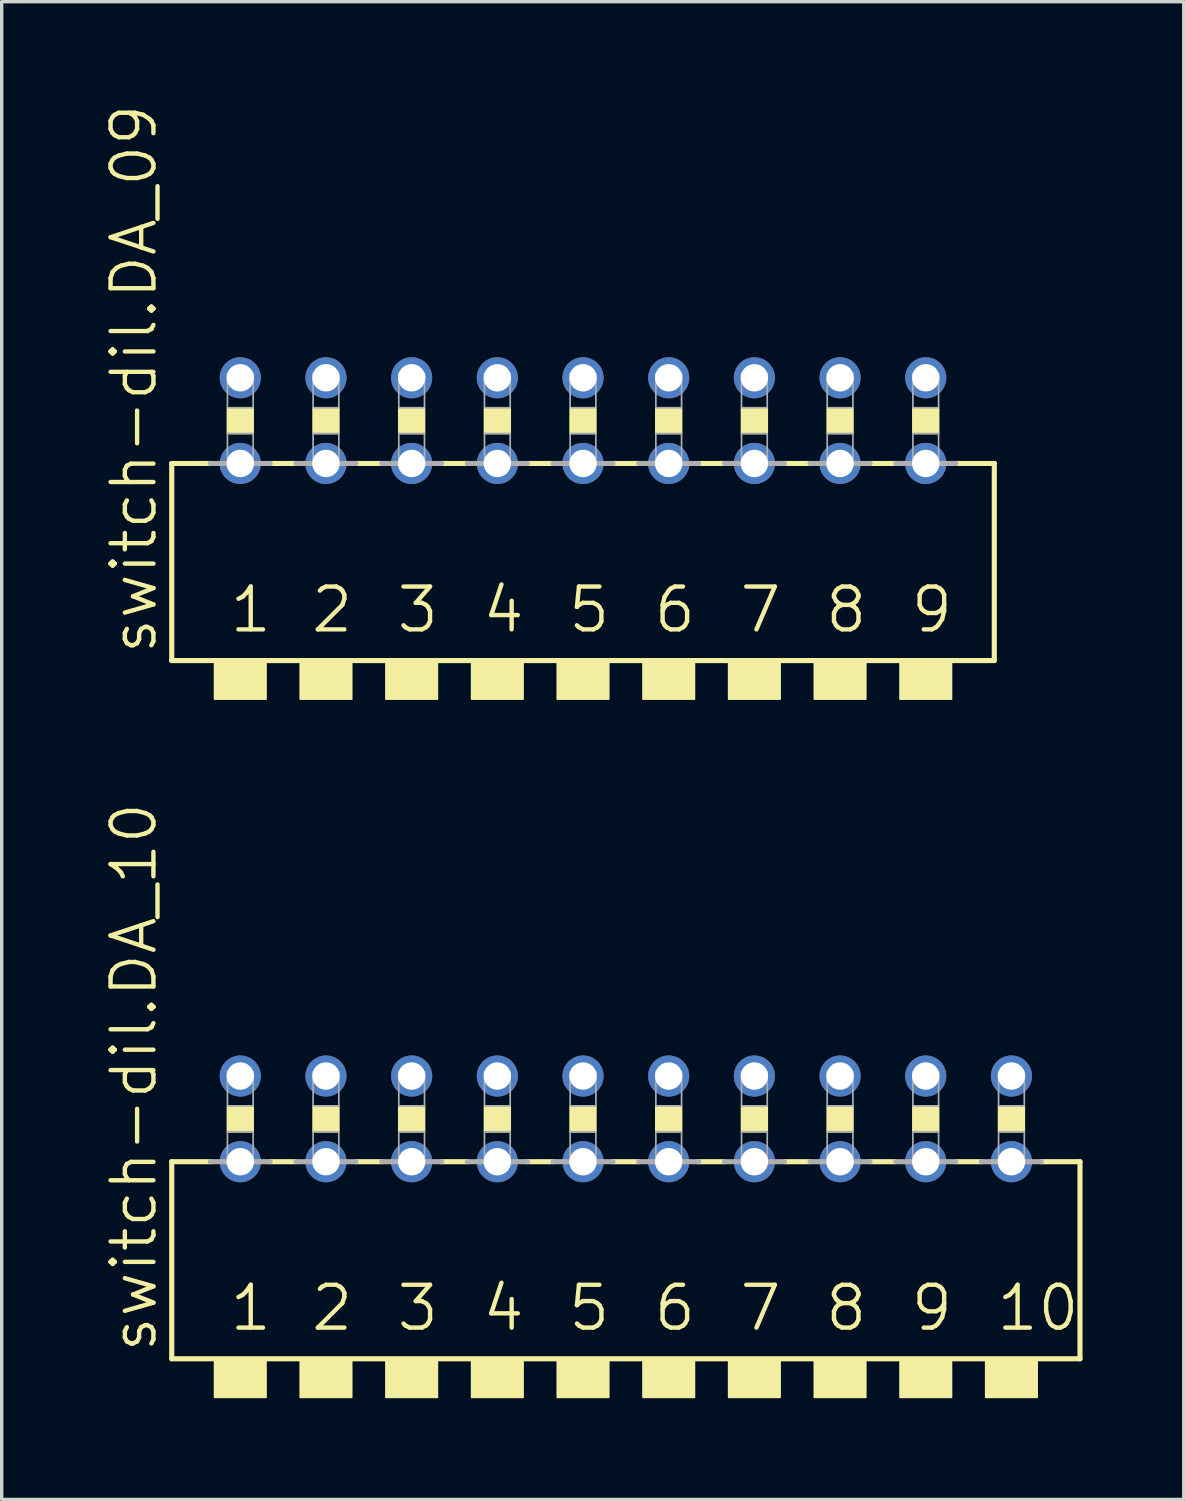
<source format=kicad_pcb>
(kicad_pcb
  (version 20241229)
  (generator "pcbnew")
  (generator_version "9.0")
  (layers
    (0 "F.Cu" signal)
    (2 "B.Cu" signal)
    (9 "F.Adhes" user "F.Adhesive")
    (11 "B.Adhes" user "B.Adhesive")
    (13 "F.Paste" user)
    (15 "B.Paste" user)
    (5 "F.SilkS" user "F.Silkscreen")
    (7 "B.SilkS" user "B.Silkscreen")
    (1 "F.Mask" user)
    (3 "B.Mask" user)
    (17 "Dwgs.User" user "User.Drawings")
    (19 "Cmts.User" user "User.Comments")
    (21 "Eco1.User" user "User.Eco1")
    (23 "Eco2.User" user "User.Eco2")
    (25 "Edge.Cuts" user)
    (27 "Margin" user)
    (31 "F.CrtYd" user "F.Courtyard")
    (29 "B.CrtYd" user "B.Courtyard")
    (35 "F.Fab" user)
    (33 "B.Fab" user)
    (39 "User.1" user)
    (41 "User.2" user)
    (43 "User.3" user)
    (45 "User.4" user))
  (footprint "switch-dil.DA_10"
    (layer "F.Cu")
    (at 15.503 30.118)
    (property "Reference" "switch-dil.DA_10" (at -13.843 6.985 90) (layer "F.SilkS") (effects (font (size 1.27 1.27) (thickness 0.13)) (justify left bottom)))
    (attr through_hole)
    (fp_line (start -13.462 1.27) (end -13.462 7.112) (stroke (width 0.152) (type default)) (layer "F.SilkS"))
    (fp_line (start -12.319 1.27) (end -13.462 1.27) (stroke (width 0.152) (type default)) (layer "F.SilkS"))
    (fp_line (start -9.779 1.27) (end -10.541 1.27) (stroke (width 0.152) (type default)) (layer "F.SilkS"))
    (fp_line (start -7.239 1.27) (end -8.001 1.27) (stroke (width 0.152) (type default)) (layer "F.SilkS"))
    (fp_line (start -4.699 1.27) (end -5.461 1.27) (stroke (width 0.152) (type default)) (layer "F.SilkS"))
    (fp_line (start -2.159 1.27) (end -2.921 1.27) (stroke (width 0.152) (type default)) (layer "F.SilkS"))
    (fp_line (start 0.381 1.27) (end -0.381 1.27) (stroke (width 0.152) (type default)) (layer "F.SilkS"))
    (fp_line (start 2.921 1.27) (end 2.159 1.27) (stroke (width 0.152) (type default)) (layer "F.SilkS"))
    (fp_line (start 5.461 1.27) (end 4.699 1.27) (stroke (width 0.152) (type default)) (layer "F.SilkS"))
    (fp_line (start 8.001 1.27) (end 7.239 1.27) (stroke (width 0.152) (type default)) (layer "F.SilkS"))
    (fp_line (start 10.541 1.27) (end 9.779 1.27) (stroke (width 0.152) (type default)) (layer "F.SilkS"))
    (fp_line (start 12.319 1.27) (end 13.462 1.27) (stroke (width 0.152) (type default)) (layer "F.SilkS"))
    (fp_line (start 13.462 7.112) (end -13.462 7.112) (stroke (width 0.152) (type default)) (layer "F.SilkS"))
    (fp_line (start 13.462 7.112) (end 13.462 1.27) (stroke (width 0.152) (type default)) (layer "F.SilkS"))
    (fp_rect (start -12.192 8.255) (end -10.668 7.112) (stroke (width 0.05) (type default)) (fill yes) (layer "F.SilkS"))
    (fp_rect (start -11.811 0.381) (end -11.049 -0.381) (stroke (width 0.05) (type default)) (fill yes) (layer "F.SilkS"))
    (fp_rect (start -9.652 8.255) (end -8.128 7.112) (stroke (width 0.05) (type default)) (fill yes) (layer "F.SilkS"))
    (fp_rect (start -9.271 0.381) (end -8.509 -0.381) (stroke (width 0.05) (type default)) (fill yes) (layer "F.SilkS"))
    (fp_rect (start -7.112 8.255) (end -5.588 7.112) (stroke (width 0.05) (type default)) (fill yes) (layer "F.SilkS"))
    (fp_rect (start -6.731 0.381) (end -5.969 -0.381) (stroke (width 0.05) (type default)) (fill yes) (layer "F.SilkS"))
    (fp_rect (start -4.572 8.255) (end -3.048 7.112) (stroke (width 0.05) (type default)) (fill yes) (layer "F.SilkS"))
    (fp_rect (start -4.191 0.381) (end -3.429 -0.381) (stroke (width 0.05) (type default)) (fill yes) (layer "F.SilkS"))
    (fp_rect (start -2.032 8.255) (end -0.508 7.112) (stroke (width 0.05) (type default)) (fill yes) (layer "F.SilkS"))
    (fp_rect (start -1.651 0.381) (end -0.889 -0.381) (stroke (width 0.05) (type default)) (fill yes) (layer "F.SilkS"))
    (fp_rect (start 0.508 8.255) (end 2.032 7.112) (stroke (width 0.05) (type default)) (fill yes) (layer "F.SilkS"))
    (fp_rect (start 0.889 0.381) (end 1.651 -0.381) (stroke (width 0.05) (type default)) (fill yes) (layer "F.SilkS"))
    (fp_rect (start 3.048 8.255) (end 4.572 7.112) (stroke (width 0.05) (type default)) (fill yes) (layer "F.SilkS"))
    (fp_rect (start 3.429 0.381) (end 4.191 -0.381) (stroke (width 0.05) (type default)) (fill yes) (layer "F.SilkS"))
    (fp_rect (start 5.588 8.255) (end 7.112 7.112) (stroke (width 0.05) (type default)) (fill yes) (layer "F.SilkS"))
    (fp_rect (start 5.969 0.381) (end 6.731 -0.381) (stroke (width 0.05) (type default)) (fill yes) (layer "F.SilkS"))
    (fp_rect (start 8.128 8.255) (end 9.652 7.112) (stroke (width 0.05) (type default)) (fill yes) (layer "F.SilkS"))
    (fp_rect (start 8.509 0.381) (end 9.271 -0.381) (stroke (width 0.05) (type default)) (fill yes) (layer "F.SilkS"))
    (fp_rect (start 10.668 8.255) (end 12.192 7.112) (stroke (width 0.05) (type default)) (fill yes) (layer "F.SilkS"))
    (fp_rect (start 11.049 0.381) (end 11.811 -0.381) (stroke (width 0.05) (type default)) (fill yes) (layer "F.SilkS"))
    (fp_line (start -12.319 1.27) (end -10.541 1.27) (stroke (width 0.152) (type default)) (layer "F.Fab"))
    (fp_line (start -9.779 1.27) (end -8.001 1.27) (stroke (width 0.152) (type default)) (layer "F.Fab"))
    (fp_line (start -7.239 1.27) (end -5.461 1.27) (stroke (width 0.152) (type default)) (layer "F.Fab"))
    (fp_line (start -4.699 1.27) (end -2.921 1.27) (stroke (width 0.152) (type default)) (layer "F.Fab"))
    (fp_line (start -2.159 1.27) (end -0.381 1.27) (stroke (width 0.152) (type default)) (layer "F.Fab"))
    (fp_line (start 0.381 1.27) (end 2.159 1.27) (stroke (width 0.152) (type default)) (layer "F.Fab"))
    (fp_line (start 2.921 1.27) (end 4.699 1.27) (stroke (width 0.152) (type default)) (layer "F.Fab"))
    (fp_line (start 5.461 1.27) (end 7.239 1.27) (stroke (width 0.152) (type default)) (layer "F.Fab"))
    (fp_line (start 8.001 1.27) (end 9.779 1.27) (stroke (width 0.152) (type default)) (layer "F.Fab"))
    (fp_line (start 10.541 1.27) (end 12.319 1.27) (stroke (width 0.152) (type default)) (layer "F.Fab"))
    (fp_rect (start -11.811 -0.381) (end -11.049 -1.397) (stroke (width 0.05) (type default)) (fill no) (layer "F.Fab"))
    (fp_rect (start -11.811 1.27) (end -11.049 0.381) (stroke (width 0.05) (type default)) (fill no) (layer "F.Fab"))
    (fp_rect (start -9.271 -0.381) (end -8.509 -1.397) (stroke (width 0.05) (type default)) (fill no) (layer "F.Fab"))
    (fp_rect (start -9.271 1.27) (end -8.509 0.381) (stroke (width 0.05) (type default)) (fill no) (layer "F.Fab"))
    (fp_rect (start -6.731 -0.381) (end -5.969 -1.397) (stroke (width 0.05) (type default)) (fill no) (layer "F.Fab"))
    (fp_rect (start -6.731 1.27) (end -5.969 0.381) (stroke (width 0.05) (type default)) (fill no) (layer "F.Fab"))
    (fp_rect (start -4.191 -0.381) (end -3.429 -1.397) (stroke (width 0.05) (type default)) (fill no) (layer "F.Fab"))
    (fp_rect (start -4.191 1.27) (end -3.429 0.381) (stroke (width 0.05) (type default)) (fill no) (layer "F.Fab"))
    (fp_rect (start -1.651 -0.381) (end -0.889 -1.397) (stroke (width 0.05) (type default)) (fill no) (layer "F.Fab"))
    (fp_rect (start -1.651 1.27) (end -0.889 0.381) (stroke (width 0.05) (type default)) (fill no) (layer "F.Fab"))
    (fp_rect (start 0.889 -0.381) (end 1.651 -1.397) (stroke (width 0.05) (type default)) (fill no) (layer "F.Fab"))
    (fp_rect (start 0.889 1.27) (end 1.651 0.381) (stroke (width 0.05) (type default)) (fill no) (layer "F.Fab"))
    (fp_rect (start 3.429 -0.381) (end 4.191 -1.397) (stroke (width 0.05) (type default)) (fill no) (layer "F.Fab"))
    (fp_rect (start 3.429 1.27) (end 4.191 0.381) (stroke (width 0.05) (type default)) (fill no) (layer "F.Fab"))
    (fp_rect (start 5.969 -0.381) (end 6.731 -1.397) (stroke (width 0.05) (type default)) (fill no) (layer "F.Fab"))
    (fp_rect (start 5.969 1.27) (end 6.731 0.381) (stroke (width 0.05) (type default)) (fill no) (layer "F.Fab"))
    (fp_rect (start 8.509 -0.381) (end 9.271 -1.397) (stroke (width 0.05) (type default)) (fill no) (layer "F.Fab"))
    (fp_rect (start 8.509 1.27) (end 9.271 0.381) (stroke (width 0.05) (type default)) (fill no) (layer "F.Fab"))
    (fp_rect (start 11.049 -0.381) (end 11.811 -1.397) (stroke (width 0.05) (type default)) (fill no) (layer "F.Fab"))
    (fp_rect (start 11.049 1.27) (end 11.811 0.381) (stroke (width 0.05) (type default)) (fill no) (layer "F.Fab"))
    (fp_text user "1" (at -11.811 6.35 0) (layer "F.SilkS") (effects (font (size 1.27 1.27) (thickness 0.13)) (justify left bottom)))
    (fp_text user "5" (at -1.778 6.35 0) (layer "F.SilkS") (effects (font (size 1.27 1.27) (thickness 0.13)) (justify left bottom)))
    (fp_text user "6" (at 0.762 6.35 0) (layer "F.SilkS") (effects (font (size 1.27 1.27) (thickness 0.13)) (justify left bottom)))
    (fp_text user "7" (at 3.302 6.35 0) (layer "F.SilkS") (effects (font (size 1.27 1.27) (thickness 0.13)) (justify left bottom)))
    (fp_text user "8" (at 5.842 6.35 0) (layer "F.SilkS") (effects (font (size 1.27 1.27) (thickness 0.13)) (justify left bottom)))
    (fp_text user "2" (at -9.398 6.35 0) (layer "F.SilkS") (effects (font (size 1.27 1.27) (thickness 0.13)) (justify left bottom)))
    (fp_text user "4" (at -4.318 6.35 0) (layer "F.SilkS") (effects (font (size 1.27 1.27) (thickness 0.13)) (justify left bottom)))
    (fp_text user "10" (at 10.922 6.35 0) (layer "F.SilkS") (effects (font (size 1.27 1.27) (thickness 0.13)) (justify left bottom)))
    (fp_text user "3" (at -6.858 6.35 0) (layer "F.SilkS") (effects (font (size 1.27 1.27) (thickness 0.13)) (justify left bottom)))
    (fp_text user "9" (at 8.382 6.35 0) (layer "F.SilkS") (effects (font (size 1.27 1.27) (thickness 0.13)) (justify left bottom)))
    (pad "1" thru_hole circle (at -11.43 1.27) (size 1.219 1.219) (drill 0.813) (layers "*.Cu" "*.Mask"))
    (pad "2" thru_hole circle (at -8.89 1.27) (size 1.219 1.219) (drill 0.813) (layers "*.Cu" "*.Mask"))
    (pad "3" thru_hole circle (at -6.35 1.27) (size 1.219 1.219) (drill 0.813) (layers "*.Cu" "*.Mask"))
    (pad "4" thru_hole circle (at -3.81 1.27) (size 1.219 1.219) (drill 0.813) (layers "*.Cu" "*.Mask"))
    (pad "5" thru_hole circle (at -1.27 1.27) (size 1.219 1.219) (drill 0.813) (layers "*.Cu" "*.Mask"))
    (pad "6" thru_hole circle (at 1.27 1.27) (size 1.219 1.219) (drill 0.813) (layers "*.Cu" "*.Mask"))
    (pad "7" thru_hole circle (at 3.81 1.27) (size 1.219 1.219) (drill 0.813) (layers "*.Cu" "*.Mask"))
    (pad "8" thru_hole circle (at 6.35 1.27) (size 1.219 1.219) (drill 0.813) (layers "*.Cu" "*.Mask"))
    (pad "9" thru_hole circle (at 8.89 1.27) (size 1.219 1.219) (drill 0.813) (layers "*.Cu" "*.Mask"))
    (pad "10" thru_hole circle (at 11.43 1.27) (size 1.219 1.219) (drill 0.813) (layers "*.Cu" "*.Mask"))
    (pad "11" thru_hole circle (at 11.43 -1.27) (size 1.219 1.219) (drill 0.813) (layers "*.Cu" "*.Mask"))
    (pad "12" thru_hole circle (at 8.89 -1.27) (size 1.219 1.219) (drill 0.813) (layers "*.Cu" "*.Mask"))
    (pad "13" thru_hole circle (at 6.35 -1.27) (size 1.219 1.219) (drill 0.813) (layers "*.Cu" "*.Mask"))
    (pad "14" thru_hole circle (at 3.81 -1.27) (size 1.219 1.219) (drill 0.813) (layers "*.Cu" "*.Mask"))
    (pad "15" thru_hole circle (at 1.27 -1.27) (size 1.219 1.219) (drill 0.813) (layers "*.Cu" "*.Mask"))
    (pad "16" thru_hole circle (at -1.27 -1.27) (size 1.219 1.219) (drill 0.813) (layers "*.Cu" "*.Mask"))
    (pad "17" thru_hole circle (at -3.81 -1.27) (size 1.219 1.219) (drill 0.813) (layers "*.Cu" "*.Mask"))
    (pad "18" thru_hole circle (at -6.35 -1.27) (size 1.219 1.219) (drill 0.813) (layers "*.Cu" "*.Mask"))
    (pad "19" thru_hole circle (at -8.89 -1.27) (size 1.219 1.219) (drill 0.813) (layers "*.Cu" "*.Mask"))
    (pad "20" thru_hole circle (at -11.43 -1.27) (size 1.219 1.219) (drill 0.813) (layers "*.Cu" "*.Mask")))
  (footprint "switch-dil.DA_09"
    (layer "F.Cu")
    (at 14.233 9.419)
    (property "Reference" "switch-dil.DA_09" (at -12.573 6.985 90) (layer "F.SilkS") (effects (font (size 1.27 1.27) (thickness 0.13)) (justify left bottom)))
    (attr through_hole)
    (fp_line (start -12.192 1.27) (end -12.192 7.112) (stroke (width 0.152) (type default)) (layer "F.SilkS"))
    (fp_line (start -11.049 1.27) (end -12.192 1.27) (stroke (width 0.152) (type default)) (layer "F.SilkS"))
    (fp_line (start -8.509 1.27) (end -9.271 1.27) (stroke (width 0.152) (type default)) (layer "F.SilkS"))
    (fp_line (start -5.969 1.27) (end -6.731 1.27) (stroke (width 0.152) (type default)) (layer "F.SilkS"))
    (fp_line (start -3.429 1.27) (end -4.191 1.27) (stroke (width 0.152) (type default)) (layer "F.SilkS"))
    (fp_line (start -0.889 1.27) (end -1.651 1.27) (stroke (width 0.152) (type default)) (layer "F.SilkS"))
    (fp_line (start 1.651 1.27) (end 0.889 1.27) (stroke (width 0.152) (type default)) (layer "F.SilkS"))
    (fp_line (start 4.191 1.27) (end 3.429 1.27) (stroke (width 0.152) (type default)) (layer "F.SilkS"))
    (fp_line (start 6.731 1.27) (end 5.969 1.27) (stroke (width 0.152) (type default)) (layer "F.SilkS"))
    (fp_line (start 9.271 1.27) (end 8.509 1.27) (stroke (width 0.152) (type default)) (layer "F.SilkS"))
    (fp_line (start 11.049 1.27) (end 12.192 1.27) (stroke (width 0.152) (type default)) (layer "F.SilkS"))
    (fp_line (start 12.192 7.112) (end -12.192 7.112) (stroke (width 0.152) (type default)) (layer "F.SilkS"))
    (fp_line (start 12.192 7.112) (end 12.192 1.27) (stroke (width 0.152) (type default)) (layer "F.SilkS"))
    (fp_rect (start -10.922 8.255) (end -9.398 7.112) (stroke (width 0.05) (type default)) (fill yes) (layer "F.SilkS"))
    (fp_rect (start -10.541 0.381) (end -9.779 -0.381) (stroke (width 0.05) (type default)) (fill yes) (layer "F.SilkS"))
    (fp_rect (start -8.382 8.255) (end -6.858 7.112) (stroke (width 0.05) (type default)) (fill yes) (layer "F.SilkS"))
    (fp_rect (start -8.001 0.381) (end -7.239 -0.381) (stroke (width 0.05) (type default)) (fill yes) (layer "F.SilkS"))
    (fp_rect (start -5.842 8.255) (end -4.318 7.112) (stroke (width 0.05) (type default)) (fill yes) (layer "F.SilkS"))
    (fp_rect (start -5.461 0.381) (end -4.699 -0.381) (stroke (width 0.05) (type default)) (fill yes) (layer "F.SilkS"))
    (fp_rect (start -3.302 8.255) (end -1.778 7.112) (stroke (width 0.05) (type default)) (fill yes) (layer "F.SilkS"))
    (fp_rect (start -2.921 0.381) (end -2.159 -0.381) (stroke (width 0.05) (type default)) (fill yes) (layer "F.SilkS"))
    (fp_rect (start -0.762 8.255) (end 0.762 7.112) (stroke (width 0.05) (type default)) (fill yes) (layer "F.SilkS"))
    (fp_rect (start -0.381 0.381) (end 0.381 -0.381) (stroke (width 0.05) (type default)) (fill yes) (layer "F.SilkS"))
    (fp_rect (start 1.778 8.255) (end 3.302 7.112) (stroke (width 0.05) (type default)) (fill yes) (layer "F.SilkS"))
    (fp_rect (start 2.159 0.381) (end 2.921 -0.381) (stroke (width 0.05) (type default)) (fill yes) (layer "F.SilkS"))
    (fp_rect (start 4.318 8.255) (end 5.842 7.112) (stroke (width 0.05) (type default)) (fill yes) (layer "F.SilkS"))
    (fp_rect (start 4.699 0.381) (end 5.461 -0.381) (stroke (width 0.05) (type default)) (fill yes) (layer "F.SilkS"))
    (fp_rect (start 6.858 8.255) (end 8.382 7.112) (stroke (width 0.05) (type default)) (fill yes) (layer "F.SilkS"))
    (fp_rect (start 7.239 0.381) (end 8.001 -0.381) (stroke (width 0.05) (type default)) (fill yes) (layer "F.SilkS"))
    (fp_rect (start 9.398 8.255) (end 10.922 7.112) (stroke (width 0.05) (type default)) (fill yes) (layer "F.SilkS"))
    (fp_rect (start 9.779 0.381) (end 10.541 -0.381) (stroke (width 0.05) (type default)) (fill yes) (layer "F.SilkS"))
    (fp_line (start -11.049 1.27) (end -9.271 1.27) (stroke (width 0.152) (type default)) (layer "F.Fab"))
    (fp_line (start -8.509 1.27) (end -6.731 1.27) (stroke (width 0.152) (type default)) (layer "F.Fab"))
    (fp_line (start -5.969 1.27) (end -4.191 1.27) (stroke (width 0.152) (type default)) (layer "F.Fab"))
    (fp_line (start -3.429 1.27) (end -1.651 1.27) (stroke (width 0.152) (type default)) (layer "F.Fab"))
    (fp_line (start -0.889 1.27) (end 0.889 1.27) (stroke (width 0.152) (type default)) (layer "F.Fab"))
    (fp_line (start 1.651 1.27) (end 3.429 1.27) (stroke (width 0.152) (type default)) (layer "F.Fab"))
    (fp_line (start 4.191 1.27) (end 5.969 1.27) (stroke (width 0.152) (type default)) (layer "F.Fab"))
    (fp_line (start 6.731 1.27) (end 8.509 1.27) (stroke (width 0.152) (type default)) (layer "F.Fab"))
    (fp_line (start 9.271 1.27) (end 11.049 1.27) (stroke (width 0.152) (type default)) (layer "F.Fab"))
    (fp_rect (start -10.541 -0.381) (end -9.779 -1.397) (stroke (width 0.05) (type default)) (fill no) (layer "F.Fab"))
    (fp_rect (start -10.541 1.27) (end -9.779 0.381) (stroke (width 0.05) (type default)) (fill no) (layer "F.Fab"))
    (fp_rect (start -8.001 -0.381) (end -7.239 -1.397) (stroke (width 0.05) (type default)) (fill no) (layer "F.Fab"))
    (fp_rect (start -8.001 1.27) (end -7.239 0.381) (stroke (width 0.05) (type default)) (fill no) (layer "F.Fab"))
    (fp_rect (start -5.461 -0.381) (end -4.699 -1.397) (stroke (width 0.05) (type default)) (fill no) (layer "F.Fab"))
    (fp_rect (start -5.461 1.27) (end -4.699 0.381) (stroke (width 0.05) (type default)) (fill no) (layer "F.Fab"))
    (fp_rect (start -2.921 -0.381) (end -2.159 -1.397) (stroke (width 0.05) (type default)) (fill no) (layer "F.Fab"))
    (fp_rect (start -2.921 1.27) (end -2.159 0.381) (stroke (width 0.05) (type default)) (fill no) (layer "F.Fab"))
    (fp_rect (start -0.381 -0.381) (end 0.381 -1.397) (stroke (width 0.05) (type default)) (fill no) (layer "F.Fab"))
    (fp_rect (start -0.381 1.27) (end 0.381 0.381) (stroke (width 0.05) (type default)) (fill no) (layer "F.Fab"))
    (fp_rect (start 2.159 -0.381) (end 2.921 -1.397) (stroke (width 0.05) (type default)) (fill no) (layer "F.Fab"))
    (fp_rect (start 2.159 1.27) (end 2.921 0.381) (stroke (width 0.05) (type default)) (fill no) (layer "F.Fab"))
    (fp_rect (start 4.699 -0.381) (end 5.461 -1.397) (stroke (width 0.05) (type default)) (fill no) (layer "F.Fab"))
    (fp_rect (start 4.699 1.27) (end 5.461 0.381) (stroke (width 0.05) (type default)) (fill no) (layer "F.Fab"))
    (fp_rect (start 7.239 -0.381) (end 8.001 -1.397) (stroke (width 0.05) (type default)) (fill no) (layer "F.Fab"))
    (fp_rect (start 7.239 1.27) (end 8.001 0.381) (stroke (width 0.05) (type default)) (fill no) (layer "F.Fab"))
    (fp_rect (start 9.779 -0.381) (end 10.541 -1.397) (stroke (width 0.05) (type default)) (fill no) (layer "F.Fab"))
    (fp_rect (start 9.779 1.27) (end 10.541 0.381) (stroke (width 0.05) (type default)) (fill no) (layer "F.Fab"))
    (fp_text user "5" (at -0.508 6.35 0) (layer "F.SilkS") (effects (font (size 1.27 1.27) (thickness 0.13)) (justify left bottom)))
    (fp_text user "1" (at -10.541 6.35 0) (layer "F.SilkS") (effects (font (size 1.27 1.27) (thickness 0.13)) (justify left bottom)))
    (fp_text user "8" (at 7.112 6.35 0) (layer "F.SilkS") (effects (font (size 1.27 1.27) (thickness 0.13)) (justify left bottom)))
    (fp_text user "2" (at -8.128 6.35 0) (layer "F.SilkS") (effects (font (size 1.27 1.27) (thickness 0.13)) (justify left bottom)))
    (fp_text user "7" (at 4.572 6.35 0) (layer "F.SilkS") (effects (font (size 1.27 1.27) (thickness 0.13)) (justify left bottom)))
    (fp_text user "9" (at 9.652 6.35 0) (layer "F.SilkS") (effects (font (size 1.27 1.27) (thickness 0.13)) (justify left bottom)))
    (fp_text user "4" (at -3.048 6.35 0) (layer "F.SilkS") (effects (font (size 1.27 1.27) (thickness 0.13)) (justify left bottom)))
    (fp_text user "3" (at -5.588 6.35 0) (layer "F.SilkS") (effects (font (size 1.27 1.27) (thickness 0.13)) (justify left bottom)))
    (fp_text user "6" (at 2.032 6.35 0) (layer "F.SilkS") (effects (font (size 1.27 1.27) (thickness 0.13)) (justify left bottom)))
    (pad "1" thru_hole circle (at -10.16 1.27) (size 1.219 1.219) (drill 0.813) (layers "*.Cu" "*.Mask"))
    (pad "2" thru_hole circle (at -7.62 1.27) (size 1.219 1.219) (drill 0.813) (layers "*.Cu" "*.Mask"))
    (pad "3" thru_hole circle (at -5.08 1.27) (size 1.219 1.219) (drill 0.813) (layers "*.Cu" "*.Mask"))
    (pad "4" thru_hole circle (at -2.54 1.27) (size 1.219 1.219) (drill 0.813) (layers "*.Cu" "*.Mask"))
    (pad "5" thru_hole circle (at 0 1.27) (size 1.219 1.219) (drill 0.813) (layers "*.Cu" "*.Mask"))
    (pad "6" thru_hole circle (at 2.54 1.27) (size 1.219 1.219) (drill 0.813) (layers "*.Cu" "*.Mask"))
    (pad "7" thru_hole circle (at 5.08 1.27) (size 1.219 1.219) (drill 0.813) (layers "*.Cu" "*.Mask"))
    (pad "8" thru_hole circle (at 7.62 1.27) (size 1.219 1.219) (drill 0.813) (layers "*.Cu" "*.Mask"))
    (pad "9" thru_hole circle (at 10.16 1.27) (size 1.219 1.219) (drill 0.813) (layers "*.Cu" "*.Mask"))
    (pad "10" thru_hole circle (at 10.16 -1.27) (size 1.219 1.219) (drill 0.813) (layers "*.Cu" "*.Mask"))
    (pad "11" thru_hole circle (at 7.62 -1.27) (size 1.219 1.219) (drill 0.813) (layers "*.Cu" "*.Mask"))
    (pad "12" thru_hole circle (at 5.08 -1.27) (size 1.219 1.219) (drill 0.813) (layers "*.Cu" "*.Mask"))
    (pad "13" thru_hole circle (at 2.54 -1.27) (size 1.219 1.219) (drill 0.813) (layers "*.Cu" "*.Mask"))
    (pad "14" thru_hole circle (at 0 -1.27) (size 1.219 1.219) (drill 0.813) (layers "*.Cu" "*.Mask"))
    (pad "15" thru_hole circle (at -2.54 -1.27) (size 1.219 1.219) (drill 0.813) (layers "*.Cu" "*.Mask"))
    (pad "16" thru_hole circle (at -5.08 -1.27) (size 1.219 1.219) (drill 0.813) (layers "*.Cu" "*.Mask"))
    (pad "17" thru_hole circle (at -7.62 -1.27) (size 1.219 1.219) (drill 0.813) (layers "*.Cu" "*.Mask"))
    (pad "18" thru_hole circle (at -10.16 -1.27) (size 1.219 1.219) (drill 0.813) (layers "*.Cu" "*.Mask")))
  (gr_rect
    (start -3 -3)
    (end 32.041 41.398)
    (stroke (width 0.1) (type default))
    (fill no)
    (layer "Edge.Cuts")))
</source>
